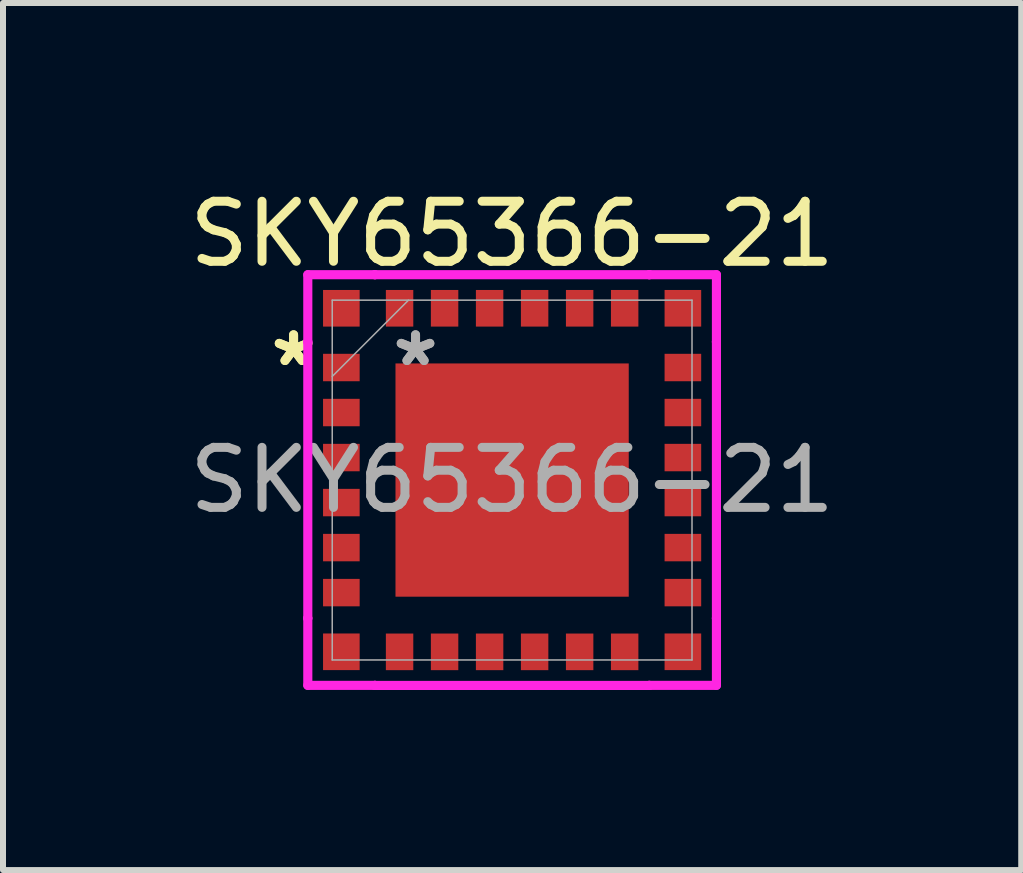
<source format=kicad_pcb>
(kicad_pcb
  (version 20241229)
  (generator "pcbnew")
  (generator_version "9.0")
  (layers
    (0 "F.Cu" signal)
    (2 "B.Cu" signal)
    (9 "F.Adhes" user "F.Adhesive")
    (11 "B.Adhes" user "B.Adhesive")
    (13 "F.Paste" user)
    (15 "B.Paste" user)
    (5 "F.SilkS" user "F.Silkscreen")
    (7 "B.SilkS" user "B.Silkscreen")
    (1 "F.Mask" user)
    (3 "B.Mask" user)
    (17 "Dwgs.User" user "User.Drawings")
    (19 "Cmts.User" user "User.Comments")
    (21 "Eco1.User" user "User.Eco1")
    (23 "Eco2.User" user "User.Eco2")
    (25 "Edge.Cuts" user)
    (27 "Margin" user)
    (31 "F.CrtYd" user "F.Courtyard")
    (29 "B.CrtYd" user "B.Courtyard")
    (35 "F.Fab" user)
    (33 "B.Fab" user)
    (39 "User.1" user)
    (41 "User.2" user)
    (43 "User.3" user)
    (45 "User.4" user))
  (footprint "SKY65366-21"
    (layer "F.Cu")
    (at 5.482 4.948)
    (property "Reference" "SKY65366-21" (at 0 -4.1 0) (unlocked yes) (layer "F.SilkS") (effects (font (size 1 1) (thickness 0.15))))
    (attr smd)
    (fp_poly (pts (xy -1.843 -1.843) (xy -1.843 -0.748) (xy -0.748 -0.748) (xy -0.748 -1.843)) (stroke (width 0) (type solid)) (fill yes) (layer "F.Paste"))
    (fp_poly (pts (xy -1.843 -0.548) (xy -1.843 0.548) (xy -0.748 0.548) (xy -0.748 -0.548)) (stroke (width 0) (type solid)) (fill yes) (layer "F.Paste"))
    (fp_poly (pts (xy -1.843 0.748) (xy -1.843 1.843) (xy -0.748 1.843) (xy -0.748 0.748)) (stroke (width 0) (type solid)) (fill yes) (layer "F.Paste"))
    (fp_poly (pts (xy -0.548 -1.843) (xy -0.548 -0.748) (xy 0.548 -0.748) (xy 0.548 -1.843)) (stroke (width 0) (type solid)) (fill yes) (layer "F.Paste"))
    (fp_poly (pts (xy -0.548 -0.548) (xy -0.548 0.548) (xy 0.548 0.548) (xy 0.548 -0.548)) (stroke (width 0) (type solid)) (fill yes) (layer "F.Paste"))
    (fp_poly (pts (xy -0.548 0.748) (xy -0.548 1.843) (xy 0.548 1.843) (xy 0.548 0.748)) (stroke (width 0) (type solid)) (fill yes) (layer "F.Paste"))
    (fp_poly (pts (xy 0.748 -1.843) (xy 0.748 -0.748) (xy 1.843 -0.748) (xy 1.843 -1.843)) (stroke (width 0) (type solid)) (fill yes) (layer "F.Paste"))
    (fp_poly (pts (xy 0.748 -0.548) (xy 0.748 0.548) (xy 1.843 0.548) (xy 1.843 -0.548)) (stroke (width 0) (type solid)) (fill yes) (layer "F.Paste"))
    (fp_poly (pts (xy 0.748 0.748) (xy 0.748 1.843) (xy 1.843 1.843) (xy 1.843 0.748)) (stroke (width 0) (type solid)) (fill yes) (layer "F.Paste"))
    (fp_line (start -3.404 -3.421) (end -3.404 -2.303) (stroke (width 0.152) (type solid)) (layer "F.CrtYd"))
    (fp_line (start -3.404 -2.303) (end -3.404 -2.303) (stroke (width 0.152) (type solid)) (layer "F.CrtYd"))
    (fp_line (start -3.404 2.302) (end -3.404 3.42) (stroke (width 0.152) (type solid)) (layer "F.CrtYd"))
    (fp_line (start -3.404 3.42) (end -2.286 3.42) (stroke (width 0.152) (type solid)) (layer "F.CrtYd"))
    (fp_line (start -3.404 -2.303) (end -3.404 2.302) (stroke (width 0.152) (type solid)) (layer "F.CrtYd"))
    (fp_line (start -3.404 2.302) (end -3.404 2.302) (stroke (width 0.152) (type solid)) (layer "F.CrtYd"))
    (fp_line (start -2.286 -3.421) (end -3.404 -3.421) (stroke (width 0.152) (type solid)) (layer "F.CrtYd"))
    (fp_line (start -2.286 -3.421) (end -2.286 -3.421) (stroke (width 0.152) (type solid)) (layer "F.CrtYd"))
    (fp_line (start -2.286 3.42) (end -2.286 3.421) (stroke (width 0.152) (type solid)) (layer "F.CrtYd"))
    (fp_line (start -2.286 3.421) (end 2.286 3.421) (stroke (width 0.152) (type solid)) (layer "F.CrtYd"))
    (fp_line (start 2.286 -3.421) (end 2.286 -3.421) (stroke (width 0.152) (type solid)) (layer "F.CrtYd"))
    (fp_line (start 2.286 -3.421) (end -2.286 -3.421) (stroke (width 0.152) (type solid)) (layer "F.CrtYd"))
    (fp_line (start 2.286 3.42) (end 3.404 3.42) (stroke (width 0.152) (type solid)) (layer "F.CrtYd"))
    (fp_line (start 2.286 3.421) (end 2.286 3.42) (stroke (width 0.152) (type solid)) (layer "F.CrtYd"))
    (fp_line (start 3.404 -2.303) (end 3.404 -2.303) (stroke (width 0.152) (type solid)) (layer "F.CrtYd"))
    (fp_line (start 3.404 2.302) (end 3.404 -2.303) (stroke (width 0.152) (type solid)) (layer "F.CrtYd"))
    (fp_line (start 3.404 -3.421) (end 2.286 -3.421) (stroke (width 0.152) (type solid)) (layer "F.CrtYd"))
    (fp_line (start 3.404 -2.303) (end 3.404 -3.421) (stroke (width 0.152) (type solid)) (layer "F.CrtYd"))
    (fp_line (start 3.404 2.302) (end 3.404 2.302) (stroke (width 0.152) (type solid)) (layer "F.CrtYd"))
    (fp_line (start 3.404 3.42) (end 3.404 2.302) (stroke (width 0.152) (type solid)) (layer "F.CrtYd"))
    (fp_line (start -2.997 -2.997) (end -2.997 2.997) (stroke (width 0.025) (type solid)) (layer "F.Fab"))
    (fp_line (start -2.997 -1.727) (end -1.727 -2.997) (stroke (width 0.025) (type solid)) (layer "F.Fab"))
    (fp_line (start -2.997 2.997) (end 2.997 2.997) (stroke (width 0.025) (type solid)) (layer "F.Fab"))
    (fp_line (start 2.997 -2.997) (end -2.997 -2.997) (stroke (width 0.025) (type solid)) (layer "F.Fab"))
    (fp_line (start 2.997 2.997) (end 2.997 -2.997) (stroke (width 0.025) (type solid)) (layer "F.Fab"))
    (fp_text user "*" (at -3.641 -1.875 0) (unlocked yes) (layer "F.SilkS") (effects (font (size 1 1) (thickness 0.15))))
    (fp_text user "*" (at -3.641 -1.875 0) (layer "F.SilkS") (effects (font (size 1 1) (thickness 0.15))))
    (fp_text user "*" (at -1.609 -1.875 0) (unlocked yes) (layer "F.Fab") (effects (font (size 1 1) (thickness 0.15))))
    (fp_text user "*" (at -1.609 -1.875 0) (layer "F.Fab") (effects (font (size 1 1) (thickness 0.15))))
    (fp_text user "${REFERENCE}" (at 0 0 0) (unlocked yes) (layer "F.Fab") (effects (font (size 1 1) (thickness 0.15))))
    (pad "1" smd rect (at -2.845 -2.862) (size 0.61 0.61) (layers "F.Cu" "F.Mask" "F.Paste"))
    (pad "2" smd rect (at -2.845 -1.875 90) (size 0.457 0.61) (layers "F.Cu" "F.Mask" "F.Paste"))
    (pad "3" smd rect (at -2.845 -1.125 90) (size 0.457 0.61) (layers "F.Cu" "F.Mask" "F.Paste"))
    (pad "4" smd rect (at -2.845 -0.375 90) (size 0.457 0.61) (layers "F.Cu" "F.Mask" "F.Paste"))
    (pad "5" smd rect (at -2.845 0.375 90) (size 0.457 0.61) (layers "F.Cu" "F.Mask" "F.Paste"))
    (pad "6" smd rect (at -2.845 1.125 90) (size 0.457 0.61) (layers "F.Cu" "F.Mask" "F.Paste"))
    (pad "7" smd rect (at -2.845 1.875 90) (size 0.457 0.61) (layers "F.Cu" "F.Mask" "F.Paste"))
    (pad "8" smd rect (at -2.845 2.861) (size 0.61 0.61) (layers "F.Cu" "F.Mask" "F.Paste"))
    (pad "9" smd rect (at -1.875 2.862) (size 0.457 0.61) (layers "F.Cu" "F.Mask" "F.Paste"))
    (pad "10" smd rect (at -1.125 2.862) (size 0.457 0.61) (layers "F.Cu" "F.Mask" "F.Paste"))
    (pad "11" smd rect (at -0.375 2.862) (size 0.457 0.61) (layers "F.Cu" "F.Mask" "F.Paste"))
    (pad "12" smd rect (at 0.375 2.862) (size 0.457 0.61) (layers "F.Cu" "F.Mask" "F.Paste"))
    (pad "13" smd rect (at 1.125 2.862) (size 0.457 0.61) (layers "F.Cu" "F.Mask" "F.Paste"))
    (pad "14" smd rect (at 1.875 2.862) (size 0.457 0.61) (layers "F.Cu" "F.Mask" "F.Paste"))
    (pad "15" smd rect (at 2.845 2.861) (size 0.61 0.61) (layers "F.Cu" "F.Mask" "F.Paste"))
    (pad "16" smd rect (at 2.845 1.875 90) (size 0.457 0.61) (layers "F.Cu" "F.Mask" "F.Paste"))
    (pad "17" smd rect (at 2.845 1.125 90) (size 0.457 0.61) (layers "F.Cu" "F.Mask" "F.Paste"))
    (pad "18" smd rect (at 2.845 0.375 90) (size 0.457 0.61) (layers "F.Cu" "F.Mask" "F.Paste"))
    (pad "19" smd rect (at 2.845 -0.375 90) (size 0.457 0.61) (layers "F.Cu" "F.Mask" "F.Paste"))
    (pad "20" smd rect (at 2.845 -1.125 90) (size 0.457 0.61) (layers "F.Cu" "F.Mask" "F.Paste"))
    (pad "21" smd rect (at 2.845 -1.875 90) (size 0.457 0.61) (layers "F.Cu" "F.Mask" "F.Paste"))
    (pad "22" smd rect (at 2.845 -2.862) (size 0.61 0.61) (layers "F.Cu" "F.Mask" "F.Paste"))
    (pad "23" smd rect (at 1.875 -2.862) (size 0.457 0.61) (layers "F.Cu" "F.Mask" "F.Paste"))
    (pad "24" smd rect (at 1.125 -2.862) (size 0.457 0.61) (layers "F.Cu" "F.Mask" "F.Paste"))
    (pad "25" smd rect (at 0.375 -2.862) (size 0.457 0.61) (layers "F.Cu" "F.Mask" "F.Paste"))
    (pad "26" smd rect (at -0.375 -2.862) (size 0.457 0.61) (layers "F.Cu" "F.Mask" "F.Paste"))
    (pad "27" smd rect (at -1.125 -2.862) (size 0.457 0.61) (layers "F.Cu" "F.Mask" "F.Paste"))
    (pad "28" smd rect (at -1.875 -2.862) (size 0.457 0.61) (layers "F.Cu" "F.Mask" "F.Paste"))
    (pad "29" smd rect (at 0 0) (size 3.886 3.886) (layers "F.Cu" "F.Mask")))
  (gr_rect
    (start -3 -3)
    (end 13.964 11.445)
    (stroke (width 0.1) (type default))
    (fill no)
    (layer "Edge.Cuts")))
</source>
